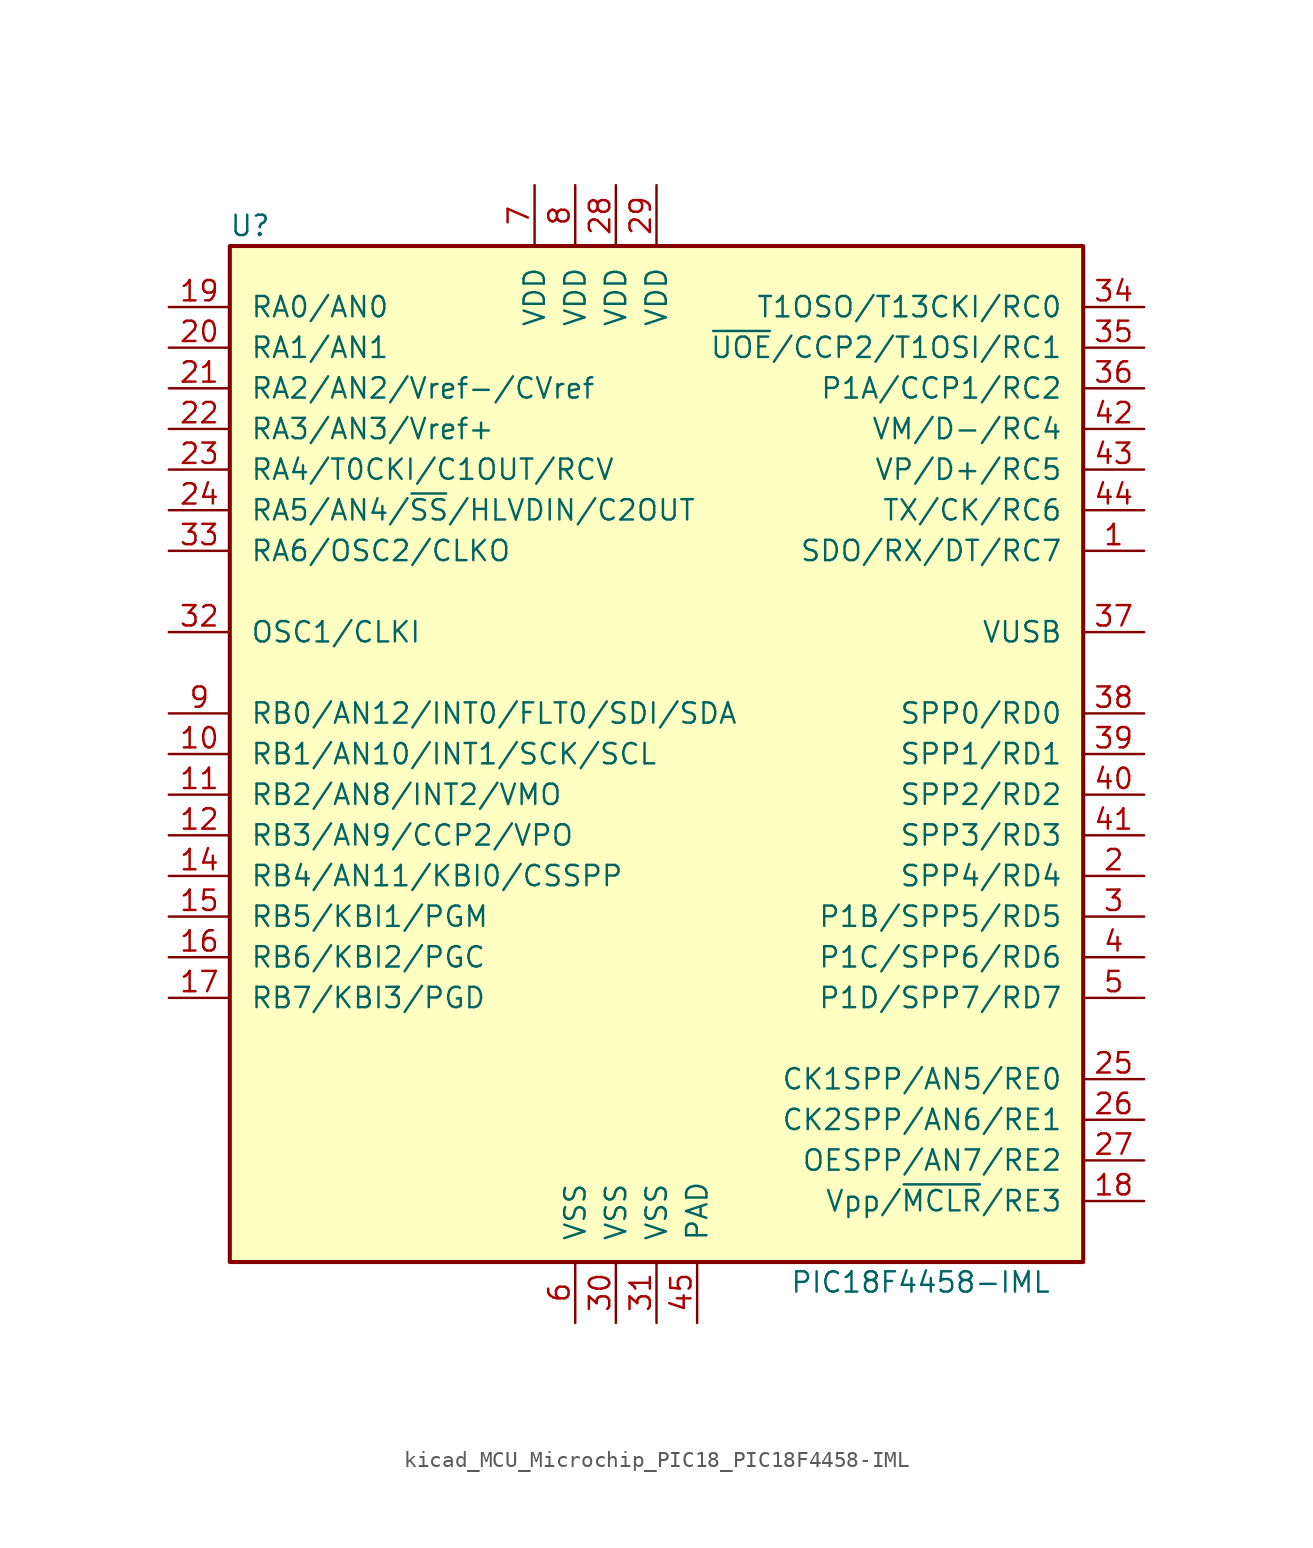
<source format=kicad_sym>
(kicad_symbol_lib
  (version 20220914)
  (generator kicad_symbol_editor)
  (symbol "kicad_MCU_Microchip_PIC18_PIC18F4458-IML"
    (pin_names
      (offset 1.27))
    (property "Reference" "U"
      (at -25.4 33.02 0)
      (effects (font (size 1.27 1.27))))
    (property "Value" "PIC18F4458-IML"
      (at 16.51 -33.02 0)
      (effects (font (size 1.27 1.27))))
    (symbol "kicad_MCU_Microchip_PIC18_PIC18F4458-IML_0_1"
      (rectangle (start -26.67 31.75) (end 26.67 -31.75) (stroke (width 0.254) (type default)) (fill (type background))))
    (symbol "kicad_MCU_Microchip_PIC18_PIC18F4458-IML_1_1"
      (pin bidirectional line (at 30.48 12.7 180) (length 3.81) (name "SDO/RX/DT/RC7" (effects (font (size 1.27 1.27)))) (number "1" (effects (font (size 1.27 1.27)))))
      (pin bidirectional line (at -30.48 0 0) (length 3.81) (name "RB1/AN10/INT1/SCK/SCL" (effects (font (size 1.27 1.27)))) (number "10" (effects (font (size 1.27 1.27)))))
      (pin bidirectional line (at -30.48 -2.54 0) (length 3.81) (name "RB2/AN8/INT2/VMO" (effects (font (size 1.27 1.27)))) (number "11" (effects (font (size 1.27 1.27)))))
      (pin bidirectional line (at -30.48 -5.08 0) (length 3.81) (name "RB3/AN9/CCP2/VPO" (effects (font (size 1.27 1.27)))) (number "12" (effects (font (size 1.27 1.27)))))
      (pin no_connect line (at -26.67 -27.94 0) (length 3.81) hide (name "NC" (effects (font (size 1.27 1.27)))) (number "13" (effects (font (size 1.27 1.27)))))
      (pin bidirectional line (at -30.48 -7.62 0) (length 3.81) (name "RB4/AN11/KBI0/CSSPP" (effects (font (size 1.27 1.27)))) (number "14" (effects (font (size 1.27 1.27)))))
      (pin bidirectional line (at -30.48 -10.16 0) (length 3.81) (name "RB5/KBI1/PGM" (effects (font (size 1.27 1.27)))) (number "15" (effects (font (size 1.27 1.27)))))
      (pin bidirectional line (at -30.48 -12.7 0) (length 3.81) (name "RB6/KBI2/PGC" (effects (font (size 1.27 1.27)))) (number "16" (effects (font (size 1.27 1.27)))))
      (pin bidirectional line (at -30.48 -15.24 0) (length 3.81) (name "RB7/KBI3/PGD" (effects (font (size 1.27 1.27)))) (number "17" (effects (font (size 1.27 1.27)))))
      (pin input line (at 30.48 -27.94 180) (length 3.81) (name "Vpp/~{MCLR}/RE3" (effects (font (size 1.27 1.27)))) (number "18" (effects (font (size 1.27 1.27)))))
      (pin bidirectional line (at -30.48 27.94 0) (length 3.81) (name "RA0/AN0" (effects (font (size 1.27 1.27)))) (number "19" (effects (font (size 1.27 1.27)))))
      (pin bidirectional line (at 30.48 -7.62 180) (length 3.81) (name "SPP4/RD4" (effects (font (size 1.27 1.27)))) (number "2" (effects (font (size 1.27 1.27)))))
      (pin bidirectional line (at -30.48 25.4 0) (length 3.81) (name "RA1/AN1" (effects (font (size 1.27 1.27)))) (number "20" (effects (font (size 1.27 1.27)))))
      (pin bidirectional line (at -30.48 22.86 0) (length 3.81) (name "RA2/AN2/Vref-/CVref" (effects (font (size 1.27 1.27)))) (number "21" (effects (font (size 1.27 1.27)))))
      (pin bidirectional line (at -30.48 20.32 0) (length 3.81) (name "RA3/AN3/Vref+" (effects (font (size 1.27 1.27)))) (number "22" (effects (font (size 1.27 1.27)))))
      (pin bidirectional line (at -30.48 17.78 0) (length 3.81) (name "RA4/T0CKI/C1OUT/RCV" (effects (font (size 1.27 1.27)))) (number "23" (effects (font (size 1.27 1.27)))))
      (pin bidirectional line (at -30.48 15.24 0) (length 3.81) (name "RA5/AN4/~{SS}/HLVDIN/C2OUT" (effects (font (size 1.27 1.27)))) (number "24" (effects (font (size 1.27 1.27)))))
      (pin bidirectional line (at 30.48 -20.32 180) (length 3.81) (name "CK1SPP/AN5/RE0" (effects (font (size 1.27 1.27)))) (number "25" (effects (font (size 1.27 1.27)))))
      (pin bidirectional line (at 30.48 -22.86 180) (length 3.81) (name "CK2SPP/AN6/RE1" (effects (font (size 1.27 1.27)))) (number "26" (effects (font (size 1.27 1.27)))))
      (pin bidirectional line (at 30.48 -25.4 180) (length 3.81) (name "OESPP/AN7/RE2" (effects (font (size 1.27 1.27)))) (number "27" (effects (font (size 1.27 1.27)))))
      (pin power_in line (at -2.54 35.56 270) (length 3.81) (name "VDD" (effects (font (size 1.27 1.27)))) (number "28" (effects (font (size 1.27 1.27)))))
      (pin power_in line (at 0 35.56 270) (length 3.81) (name "VDD" (effects (font (size 1.27 1.27)))) (number "29" (effects (font (size 1.27 1.27)))))
      (pin bidirectional line (at 30.48 -10.16 180) (length 3.81) (name "P1B/SPP5/RD5" (effects (font (size 1.27 1.27)))) (number "3" (effects (font (size 1.27 1.27)))))
      (pin power_in line (at -2.54 -35.56 90) (length 3.81) (name "VSS" (effects (font (size 1.27 1.27)))) (number "30" (effects (font (size 1.27 1.27)))))
      (pin power_in line (at 0 -35.56 90) (length 3.81) (name "VSS" (effects (font (size 1.27 1.27)))) (number "31" (effects (font (size 1.27 1.27)))))
      (pin input line (at -30.48 7.62 0) (length 3.81) (name "OSC1/CLKI" (effects (font (size 1.27 1.27)))) (number "32" (effects (font (size 1.27 1.27)))))
      (pin bidirectional line (at -30.48 12.7 0) (length 3.81) (name "RA6/OSC2/CLKO" (effects (font (size 1.27 1.27)))) (number "33" (effects (font (size 1.27 1.27)))))
      (pin bidirectional line (at 30.48 27.94 180) (length 3.81) (name "T1OSO/T13CKI/RC0" (effects (font (size 1.27 1.27)))) (number "34" (effects (font (size 1.27 1.27)))))
      (pin bidirectional line (at 30.48 25.4 180) (length 3.81) (name "~{UOE}/CCP2/T1OSI/RC1" (effects (font (size 1.27 1.27)))) (number "35" (effects (font (size 1.27 1.27)))))
      (pin bidirectional line (at 30.48 22.86 180) (length 3.81) (name "P1A/CCP1/RC2" (effects (font (size 1.27 1.27)))) (number "36" (effects (font (size 1.27 1.27)))))
      (pin bidirectional line (at 30.48 7.62 180) (length 3.81) (name "VUSB" (effects (font (size 1.27 1.27)))) (number "37" (effects (font (size 1.27 1.27)))))
      (pin bidirectional line (at 30.48 2.54 180) (length 3.81) (name "SPP0/RD0" (effects (font (size 1.27 1.27)))) (number "38" (effects (font (size 1.27 1.27)))))
      (pin bidirectional line (at 30.48 0 180) (length 3.81) (name "SPP1/RD1" (effects (font (size 1.27 1.27)))) (number "39" (effects (font (size 1.27 1.27)))))
      (pin bidirectional line (at 30.48 -12.7 180) (length 3.81) (name "P1C/SPP6/RD6" (effects (font (size 1.27 1.27)))) (number "4" (effects (font (size 1.27 1.27)))))
      (pin bidirectional line (at 30.48 -2.54 180) (length 3.81) (name "SPP2/RD2" (effects (font (size 1.27 1.27)))) (number "40" (effects (font (size 1.27 1.27)))))
      (pin bidirectional line (at 30.48 -5.08 180) (length 3.81) (name "SPP3/RD3" (effects (font (size 1.27 1.27)))) (number "41" (effects (font (size 1.27 1.27)))))
      (pin bidirectional line (at 30.48 20.32 180) (length 3.81) (name "VM/D-/RC4" (effects (font (size 1.27 1.27)))) (number "42" (effects (font (size 1.27 1.27)))))
      (pin bidirectional line (at 30.48 17.78 180) (length 3.81) (name "VP/D+/RC5" (effects (font (size 1.27 1.27)))) (number "43" (effects (font (size 1.27 1.27)))))
      (pin bidirectional line (at 30.48 15.24 180) (length 3.81) (name "TX/CK/RC6" (effects (font (size 1.27 1.27)))) (number "44" (effects (font (size 1.27 1.27)))))
      (pin power_in line (at 2.54 -35.56 90) (length 3.81) (name "PAD" (effects (font (size 1.27 1.27)))) (number "45" (effects (font (size 1.27 1.27)))))
      (pin bidirectional line (at 30.48 -15.24 180) (length 3.81) (name "P1D/SPP7/RD7" (effects (font (size 1.27 1.27)))) (number "5" (effects (font (size 1.27 1.27)))))
      (pin power_in line (at -5.08 -35.56 90) (length 3.81) (name "VSS" (effects (font (size 1.27 1.27)))) (number "6" (effects (font (size 1.27 1.27)))))
      (pin power_in line (at -7.62 35.56 270) (length 3.81) (name "VDD" (effects (font (size 1.27 1.27)))) (number "7" (effects (font (size 1.27 1.27)))))
      (pin power_in line (at -5.08 35.56 270) (length 3.81) (name "VDD" (effects (font (size 1.27 1.27)))) (number "8" (effects (font (size 1.27 1.27)))))
      (pin bidirectional line (at -30.48 2.54 0) (length 3.81) (name "RB0/AN12/INT0/FLT0/SDI/SDA" (effects (font (size 1.27 1.27)))) (number "9" (effects (font (size 1.27 1.27))))))))
</source>
